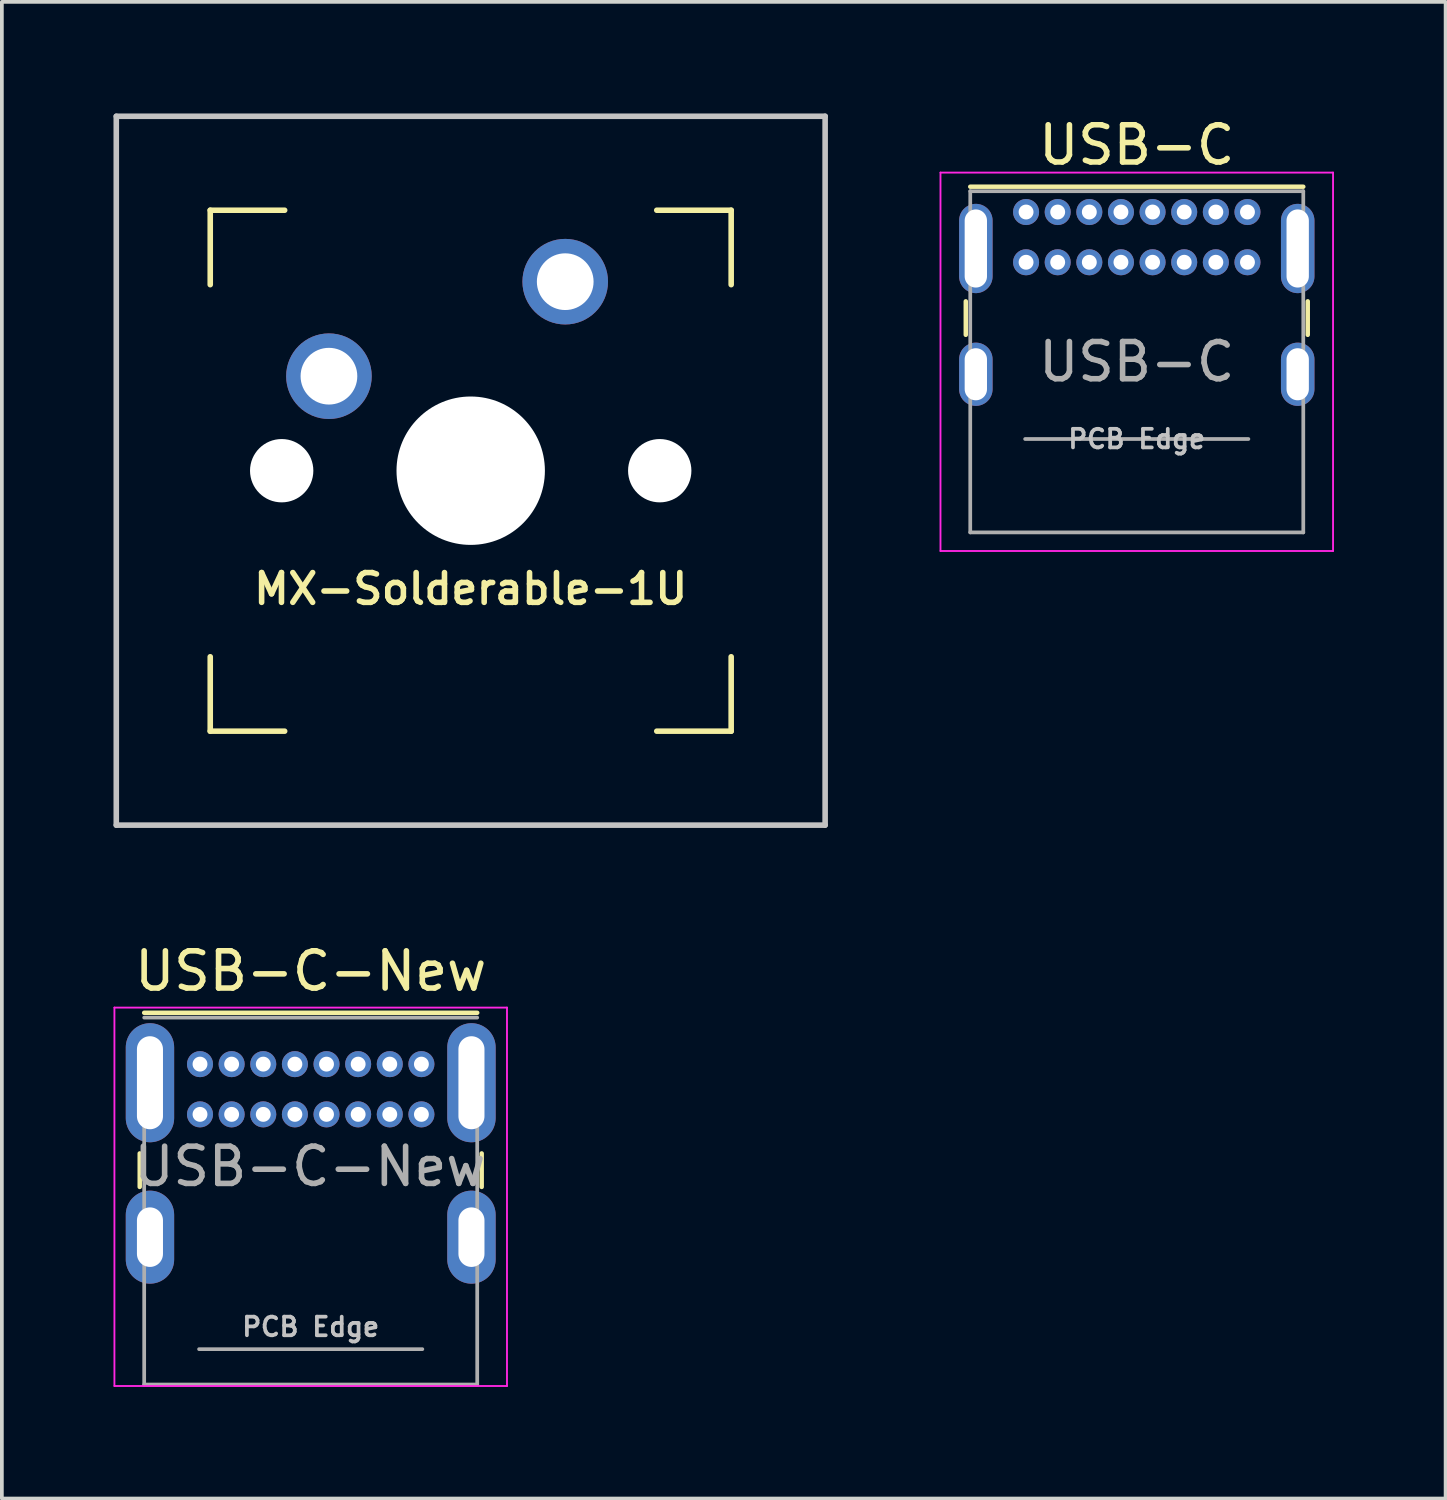
<source format=kicad_pcb>
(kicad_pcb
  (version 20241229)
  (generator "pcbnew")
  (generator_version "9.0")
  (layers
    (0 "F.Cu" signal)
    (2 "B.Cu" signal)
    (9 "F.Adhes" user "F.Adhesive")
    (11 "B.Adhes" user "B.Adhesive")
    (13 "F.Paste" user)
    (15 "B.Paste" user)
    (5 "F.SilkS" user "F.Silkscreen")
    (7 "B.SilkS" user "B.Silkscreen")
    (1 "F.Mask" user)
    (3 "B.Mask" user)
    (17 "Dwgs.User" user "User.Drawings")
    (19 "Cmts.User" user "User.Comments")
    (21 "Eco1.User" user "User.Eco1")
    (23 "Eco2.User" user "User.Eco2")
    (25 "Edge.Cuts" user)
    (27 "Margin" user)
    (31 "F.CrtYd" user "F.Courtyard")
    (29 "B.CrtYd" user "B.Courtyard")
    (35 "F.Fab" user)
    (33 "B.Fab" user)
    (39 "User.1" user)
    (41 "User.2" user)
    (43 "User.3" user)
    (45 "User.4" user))
  (footprint "USB-C"
    (layer "F.Cu")
    (at 24.525 2.648)
    (property "Reference" "USB-C" (at 2.975 -1.8 0) (layer "F.SilkS") (effects (font (size 1 1) (thickness 0.15))))
    (attr through_hole)
    (fp_line (start -1.62 2.4) (end -1.62 3.3) (stroke (width 0.12) (type solid)) (layer "F.SilkS"))
    (fp_line (start -1.5 -0.68) (end 7.45 -0.68) (stroke (width 0.12) (type solid)) (layer "F.SilkS"))
    (fp_line (start 7.57 2.4) (end 7.57 3.3) (stroke (width 0.12) (type solid)) (layer "F.SilkS"))
    (fp_line (start -2.3 -1.06) (end -2.3 9.11) (stroke (width 0.05) (type solid)) (layer "F.CrtYd"))
    (fp_line (start -2.3 -1.06) (end 8.25 -1.06) (stroke (width 0.05) (type solid)) (layer "F.CrtYd"))
    (fp_line (start -2.3 9.11) (end 8.25 9.11) (stroke (width 0.05) (type solid)) (layer "F.CrtYd"))
    (fp_line (start 8.25 -1.06) (end 8.25 9.11) (stroke (width 0.05) (type solid)) (layer "F.CrtYd"))
    (fp_line (start -1.5 -0.56) (end -1.5 8.61) (stroke (width 0.1) (type solid)) (layer "F.Fab"))
    (fp_line (start -1.5 -0.56) (end 7.45 -0.56) (stroke (width 0.1) (type solid)) (layer "F.Fab"))
    (fp_line (start -1.5 8.61) (end 7.45 8.61) (stroke (width 0.1) (type solid)) (layer "F.Fab"))
    (fp_line (start -0.025 6.1) (end 5.975 6.1) (stroke (width 0.1) (type solid)) (layer "F.Fab"))
    (fp_line (start 7.45 -0.56) (end 7.45 8.61) (stroke (width 0.1) (type solid)) (layer "F.Fab"))
    (fp_text user "PCB Edge" (at 2.975 6.1 0) (layer "Dwgs.User") (effects (font (size 0.5 0.5) (thickness 0.1))))
    (fp_text user "${REFERENCE}" (at 2.975 4.025 0) (layer "F.Fab") (effects (font (size 1 1) (thickness 0.15))))
    (pad "A1" thru_hole circle (at 0 0) (size 0.7 0.7) (drill 0.4) (layers "*.Cu" "*.Mask"))
    (pad "A4" thru_hole circle (at 0.85 0) (size 0.7 0.7) (drill 0.4) (layers "*.Cu" "*.Mask"))
    (pad "A5" thru_hole circle (at 1.7 0) (size 0.7 0.7) (drill 0.4) (layers "*.Cu" "*.Mask"))
    (pad "A6" thru_hole circle (at 2.55 0) (size 0.7 0.7) (drill 0.4) (layers "*.Cu" "*.Mask"))
    (pad "A7" thru_hole circle (at 3.4 0) (size 0.7 0.7) (drill 0.4) (layers "*.Cu" "*.Mask"))
    (pad "A8" thru_hole circle (at 4.25 0) (size 0.7 0.7) (drill 0.4) (layers "*.Cu" "*.Mask"))
    (pad "A9" thru_hole circle (at 5.1 0) (size 0.7 0.7) (drill 0.4) (layers "*.Cu" "*.Mask"))
    (pad "A12" thru_hole circle (at 5.95 0) (size 0.7 0.7) (drill 0.4) (layers "*.Cu" "*.Mask"))
    (pad "B1" thru_hole circle (at 5.95 1.35) (size 0.7 0.7) (drill 0.4) (layers "*.Cu" "*.Mask"))
    (pad "B4" thru_hole circle (at 5.1 1.35) (size 0.7 0.7) (drill 0.4) (layers "*.Cu" "*.Mask"))
    (pad "B5" thru_hole circle (at 4.25 1.35) (size 0.7 0.7) (drill 0.4) (layers "*.Cu" "*.Mask"))
    (pad "B6" thru_hole circle (at 3.4 1.35) (size 0.7 0.7) (drill 0.4) (layers "*.Cu" "*.Mask"))
    (pad "B7" thru_hole circle (at 2.55 1.35) (size 0.7 0.7) (drill 0.4) (layers "*.Cu" "*.Mask"))
    (pad "B8" thru_hole circle (at 1.7 1.35) (size 0.7 0.7) (drill 0.4) (layers "*.Cu" "*.Mask"))
    (pad "B9" thru_hole circle (at 0.85 1.35) (size 0.7 0.7) (drill 0.4) (layers "*.Cu" "*.Mask"))
    (pad "B12" thru_hole circle (at 0 1.35) (size 0.7 0.7) (drill 0.4) (layers "*.Cu" "*.Mask"))
    (pad "S1" thru_hole oval (at -1.35 0.98) (size 0.9 2.4) (drill oval 0.6 2.1) (layers "*.Cu" "*.Mask"))
    (pad "S1" thru_hole oval (at -1.35 4.36) (size 0.9 1.7) (drill oval 0.6 1.4) (layers "*.Cu" "*.Mask"))
    (pad "S1" thru_hole oval (at 7.3 0.98) (size 0.9 2.4) (drill oval 0.6 2.1) (layers "*.Cu" "*.Mask"))
    (pad "S1" thru_hole oval (at 7.3 4.36) (size 0.9 1.7) (drill oval 0.6 1.4) (layers "*.Cu" "*.Mask")))
  (footprint "MX-Solderable-1U"
    (layer "F.Cu")
    (at 9.6 9.6)
    (property "Reference" "MX-Solderable-1U" (at 0 3.175 0) (layer "F.SilkS") (effects (font (size 0.8 0.8) (thickness 0.15))))
    (attr through_hole)
    (fp_line (start -7 -7) (end -7 -5) (stroke (width 0.15) (type solid)) (layer "F.SilkS"))
    (fp_line (start -7 5) (end -7 7) (stroke (width 0.15) (type solid)) (layer "F.SilkS"))
    (fp_line (start -7 7) (end -5 7) (stroke (width 0.15) (type solid)) (layer "F.SilkS"))
    (fp_line (start -5 -7) (end -7 -7) (stroke (width 0.15) (type solid)) (layer "F.SilkS"))
    (fp_line (start 5 -7) (end 7 -7) (stroke (width 0.15) (type solid)) (layer "F.SilkS"))
    (fp_line (start 5 7) (end 7 7) (stroke (width 0.15) (type solid)) (layer "F.SilkS"))
    (fp_line (start 7 -7) (end 7 -5) (stroke (width 0.15) (type solid)) (layer "F.SilkS"))
    (fp_line (start 7 7) (end 7 5) (stroke (width 0.15) (type solid)) (layer "F.SilkS"))
    (fp_line (start -9.525 9.525) (end -9.525 -9.525) (stroke (width 0.15) (type solid)) (layer "Dwgs.User"))
    (fp_line (start 9.525 -9.525) (end -9.525 -9.525) (stroke (width 0.15) (type solid)) (layer "Dwgs.User"))
    (fp_line (start 9.525 9.525) (end -9.525 9.525) (stroke (width 0.15) (type solid)) (layer "Dwgs.User"))
    (fp_line (start 9.525 9.525) (end 9.525 -9.525) (stroke (width 0.15) (type solid)) (layer "Dwgs.User"))
    (pad "" np_thru_hole circle (at -5.08 0 48.099) (size 1.702 1.702) (drill 1.702) (layers "*.Cu" "*.Mask"))
    (pad "" np_thru_hole circle (at 0 0) (size 3.988 3.988) (drill 3.988) (layers "*.Cu" "*.Mask"))
    (pad "" np_thru_hole circle (at 5.08 0 48.099) (size 1.702 1.702) (drill 1.702) (layers "*.Cu" "*.Mask"))
    (pad "1" thru_hole circle (at -3.81 -2.54) (size 2.3 2.3) (drill 1.524) (layers "*.Cu" "B.Mask"))
    (pad "2" thru_hole circle (at 2.54 -5.08) (size 2.3 2.3) (drill 1.524) (layers "*.Cu" "B.Mask")))
  (footprint "USB-C-New"
    (layer "F.Cu")
    (at 2.325 25.548)
    (property "Reference" "USB-C-New" (at 2.975 -2.5 0) (layer "F.SilkS") (effects (font (size 1 1) (thickness 0.15))))
    (attr through_hole)
    (fp_line (start -1.62 2.4) (end -1.62 3.3) (stroke (width 0.12) (type solid)) (layer "F.SilkS"))
    (fp_line (start -1.5 -1.38) (end 7.45 -1.38) (stroke (width 0.12) (type solid)) (layer "F.SilkS"))
    (fp_line (start 7.57 2.4) (end 7.57 3.3) (stroke (width 0.12) (type solid)) (layer "F.SilkS"))
    (fp_line (start -2.3 -1.52) (end -2.3 8.65) (stroke (width 0.05) (type solid)) (layer "F.CrtYd"))
    (fp_line (start -2.3 -1.52) (end 8.25 -1.52) (stroke (width 0.05) (type solid)) (layer "F.CrtYd"))
    (fp_line (start -2.3 8.65) (end 8.25 8.65) (stroke (width 0.05) (type solid)) (layer "F.CrtYd"))
    (fp_line (start 8.25 -1.52) (end 8.25 8.65) (stroke (width 0.05) (type solid)) (layer "F.CrtYd"))
    (fp_line (start -1.5 -1.25) (end 7.45 -1.25) (stroke (width 0.1) (type solid)) (layer "F.Fab"))
    (fp_line (start -1.5 -0.56) (end -1.5 8.61) (stroke (width 0.1) (type solid)) (layer "F.Fab"))
    (fp_line (start -1.5 8.61) (end 7.45 8.61) (stroke (width 0.1) (type solid)) (layer "F.Fab"))
    (fp_line (start -0.025 7.66) (end 5.975 7.66) (stroke (width 0.1) (type solid)) (layer "F.Fab"))
    (fp_line (start 7.45 -0.56) (end 7.45 8.61) (stroke (width 0.1) (type solid)) (layer "F.Fab"))
    (fp_text user "PCB Edge" (at 2.975 7.06 0) (layer "Dwgs.User") (effects (font (size 0.5 0.5) (thickness 0.1))))
    (fp_text user "${REFERENCE}" (at 2.954 2.75 0) (layer "F.Fab") (effects (font (size 1 1) (thickness 0.15))))
    (pad "A1" thru_hole circle (at 0 0) (size 0.7 0.7) (drill 0.4) (layers "*.Cu" "*.Mask"))
    (pad "A4" thru_hole circle (at 0.85 0) (size 0.7 0.7) (drill 0.4) (layers "*.Cu" "*.Mask"))
    (pad "A5" thru_hole circle (at 1.7 0) (size 0.7 0.7) (drill 0.4) (layers "*.Cu" "*.Mask"))
    (pad "A6" thru_hole circle (at 2.55 0) (size 0.7 0.7) (drill 0.4) (layers "*.Cu" "*.Mask"))
    (pad "A7" thru_hole circle (at 3.4 0) (size 0.7 0.7) (drill 0.4) (layers "*.Cu" "*.Mask"))
    (pad "A8" thru_hole circle (at 4.25 0) (size 0.7 0.7) (drill 0.4) (layers "*.Cu" "*.Mask"))
    (pad "A9" thru_hole circle (at 5.1 0) (size 0.7 0.7) (drill 0.4) (layers "*.Cu" "*.Mask"))
    (pad "A12" thru_hole circle (at 5.95 0) (size 0.7 0.7) (drill 0.4) (layers "*.Cu" "*.Mask"))
    (pad "B1" thru_hole circle (at 5.95 1.35) (size 0.7 0.7) (drill 0.4) (layers "*.Cu" "*.Mask"))
    (pad "B4" thru_hole circle (at 5.1 1.35) (size 0.7 0.7) (drill 0.4) (layers "*.Cu" "*.Mask"))
    (pad "B5" thru_hole circle (at 4.25 1.35) (size 0.7 0.7) (drill 0.4) (layers "*.Cu" "*.Mask"))
    (pad "B6" thru_hole circle (at 3.4 1.35) (size 0.7 0.7) (drill 0.4) (layers "*.Cu" "*.Mask"))
    (pad "B7" thru_hole circle (at 2.55 1.35) (size 0.7 0.7) (drill 0.4) (layers "*.Cu" "*.Mask"))
    (pad "B8" thru_hole circle (at 1.7 1.35) (size 0.7 0.7) (drill 0.4) (layers "*.Cu" "*.Mask"))
    (pad "B9" thru_hole circle (at 0.85 1.35) (size 0.7 0.7) (drill 0.4) (layers "*.Cu" "*.Mask"))
    (pad "B12" thru_hole circle (at 0 1.35) (size 0.7 0.7) (drill 0.4) (layers "*.Cu" "*.Mask"))
    (pad "S1" thru_hole oval (at -1.345 0.5) (size 1.3 3.2) (drill oval 0.7 2.5) (layers "*.Cu" "*.Mask"))
    (pad "S1" thru_hole oval (at -1.345 4.65) (size 1.3 2.5) (drill oval 0.7 1.6) (layers "*.Cu" "*.Mask"))
    (pad "S1" thru_hole oval (at 7.295 0.5) (size 1.3 3.2) (drill oval 0.7 2.5) (layers "*.Cu" "*.Mask"))
    (pad "S1" thru_hole oval (at 7.295 4.65) (size 1.3 2.5) (drill oval 0.7 1.6) (layers "*.Cu" "*.Mask")))
  (gr_rect
    (start -3 -3)
    (end 35.8 37.223)
    (stroke (width 0.1) (type default))
    (fill no)
    (layer "Edge.Cuts")))
</source>
